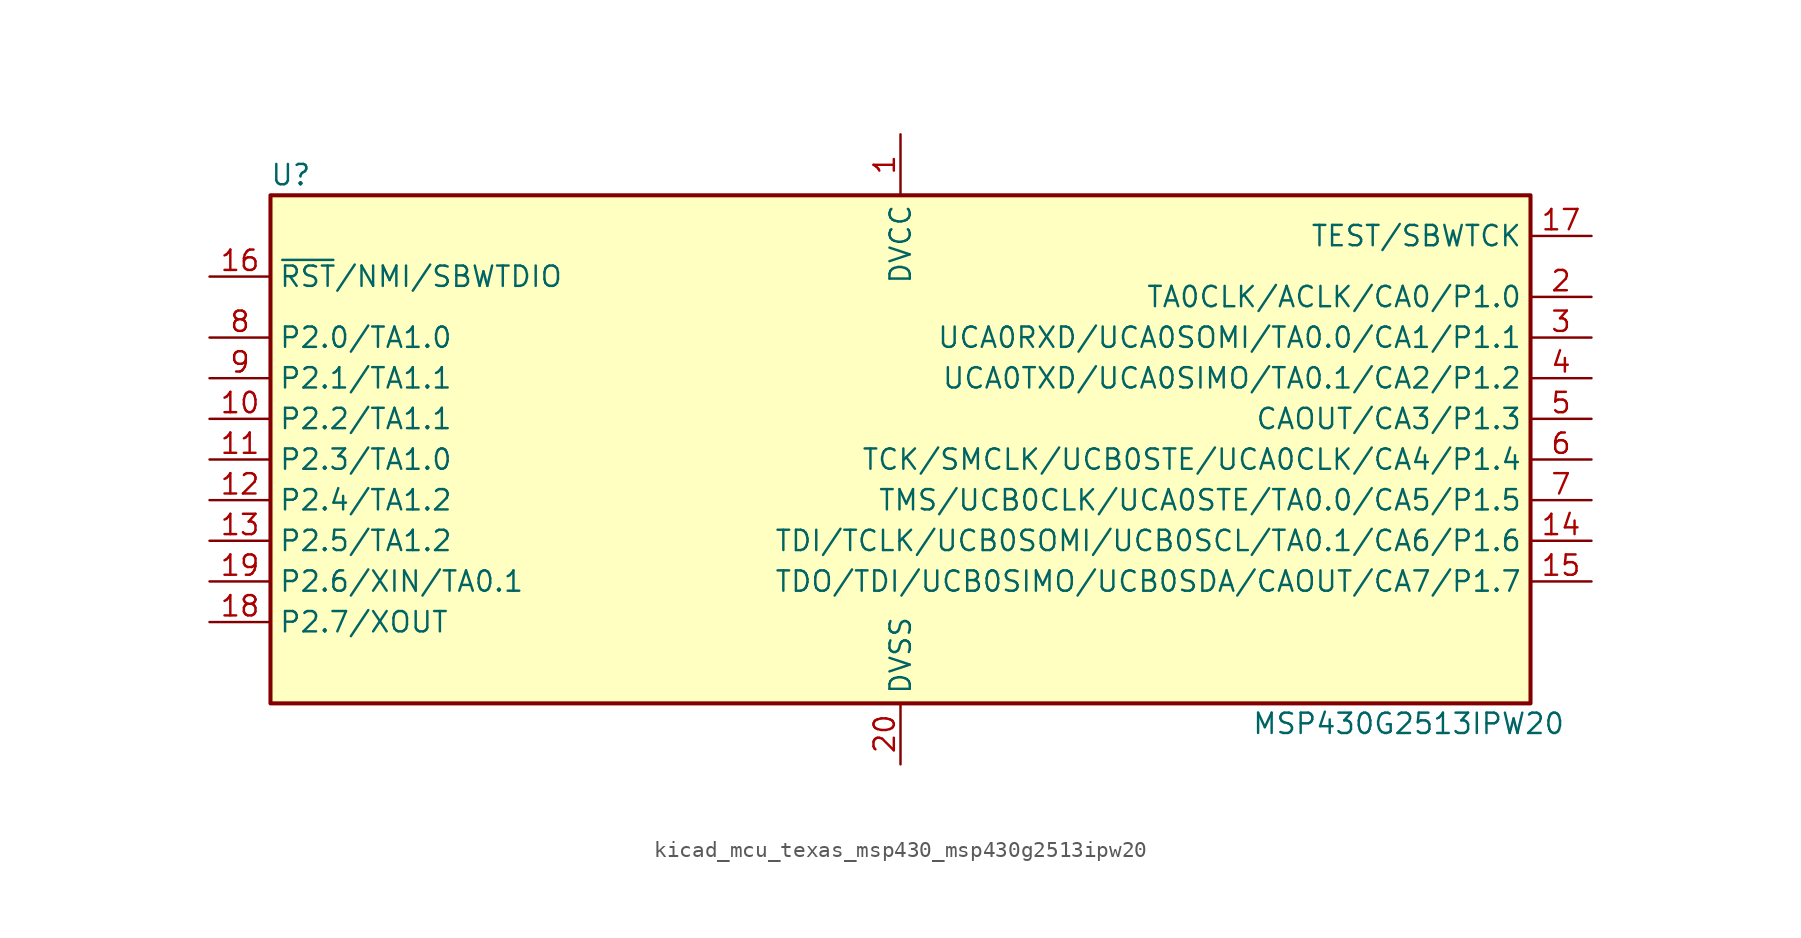
<source format=kicad_sym>
(kicad_symbol_lib
  (version 20220914)
  (generator kicad_symbol_editor)
  (symbol "kicad_mcu_texas_msp430_msp430g2513ipw20"
    (property "Reference" "U"
      (at -38.1 17.78 0)
      (effects (font (size 1.27 1.27))))
    (property "Value" "MSP430G2513IPW20"
      (at 31.75 -16.51 0)
      (effects (font (size 1.27 1.27))))
    (symbol "kicad_mcu_texas_msp430_msp430g2513ipw20_0_1"
      (rectangle (start -39.37 16.51) (end 39.37 -15.24) (stroke (width 0.254) (type default)) (fill (type background))))
    (symbol "kicad_mcu_texas_msp430_msp430g2513ipw20_1_1"
      (pin power_in line (at 0 20.32 270) (length 3.81) (name "DVCC" (effects (font (size 1.27 1.27)))) (number "1" (effects (font (size 1.27 1.27)))))
      (pin bidirectional line (at -43.18 2.54 0) (length 3.81) (name "P2.2/TA1.1" (effects (font (size 1.27 1.27)))) (number "10" (effects (font (size 1.27 1.27)))))
      (pin bidirectional line (at -43.18 0 0) (length 3.81) (name "P2.3/TA1.0" (effects (font (size 1.27 1.27)))) (number "11" (effects (font (size 1.27 1.27)))))
      (pin bidirectional line (at -43.18 -2.54 0) (length 3.81) (name "P2.4/TA1.2" (effects (font (size 1.27 1.27)))) (number "12" (effects (font (size 1.27 1.27)))))
      (pin bidirectional line (at -43.18 -5.08 0) (length 3.81) (name "P2.5/TA1.2" (effects (font (size 1.27 1.27)))) (number "13" (effects (font (size 1.27 1.27)))))
      (pin bidirectional line (at 43.18 -5.08 180) (length 3.81) (name "TDI/TCLK/UCB0SOMI/UCB0SCL/TA0.1/CA6/P1.6" (effects (font (size 1.27 1.27)))) (number "14" (effects (font (size 1.27 1.27)))))
      (pin bidirectional line (at 43.18 -7.62 180) (length 3.81) (name "TDO/TDI/UCB0SIMO/UCB0SDA/CAOUT/CA7/P1.7" (effects (font (size 1.27 1.27)))) (number "15" (effects (font (size 1.27 1.27)))))
      (pin input line (at -43.18 11.43 0) (length 3.81) (name "~{RST}/NMI/SBWTDIO" (effects (font (size 1.27 1.27)))) (number "16" (effects (font (size 1.27 1.27)))))
      (pin input line (at 43.18 13.97 180) (length 3.81) (name "TEST/SBWTCK" (effects (font (size 1.27 1.27)))) (number "17" (effects (font (size 1.27 1.27)))))
      (pin bidirectional line (at -43.18 -10.16 0) (length 3.81) (name "P2.7/XOUT" (effects (font (size 1.27 1.27)))) (number "18" (effects (font (size 1.27 1.27)))))
      (pin bidirectional line (at -43.18 -7.62 0) (length 3.81) (name "P2.6/XIN/TA0.1" (effects (font (size 1.27 1.27)))) (number "19" (effects (font (size 1.27 1.27)))))
      (pin bidirectional line (at 43.18 10.16 180) (length 3.81) (name "TA0CLK/ACLK/CA0/P1.0" (effects (font (size 1.27 1.27)))) (number "2" (effects (font (size 1.27 1.27)))))
      (pin power_in line (at 0 -19.05 90) (length 3.81) (name "DVSS" (effects (font (size 1.27 1.27)))) (number "20" (effects (font (size 1.27 1.27)))))
      (pin bidirectional line (at 43.18 7.62 180) (length 3.81) (name "UCA0RXD/UCA0SOMI/TA0.0/CA1/P1.1" (effects (font (size 1.27 1.27)))) (number "3" (effects (font (size 1.27 1.27)))))
      (pin bidirectional line (at 43.18 5.08 180) (length 3.81) (name "UCA0TXD/UCA0SIMO/TA0.1/CA2/P1.2" (effects (font (size 1.27 1.27)))) (number "4" (effects (font (size 1.27 1.27)))))
      (pin bidirectional line (at 43.18 2.54 180) (length 3.81) (name "CAOUT/CA3/P1.3" (effects (font (size 1.27 1.27)))) (number "5" (effects (font (size 1.27 1.27)))))
      (pin bidirectional line (at 43.18 0 180) (length 3.81) (name "TCK/SMCLK/UCB0STE/UCA0CLK/CA4/P1.4" (effects (font (size 1.27 1.27)))) (number "6" (effects (font (size 1.27 1.27)))))
      (pin bidirectional line (at 43.18 -2.54 180) (length 3.81) (name "TMS/UCB0CLK/UCA0STE/TA0.0/CA5/P1.5" (effects (font (size 1.27 1.27)))) (number "7" (effects (font (size 1.27 1.27)))))
      (pin bidirectional line (at -43.18 7.62 0) (length 3.81) (name "P2.0/TA1.0" (effects (font (size 1.27 1.27)))) (number "8" (effects (font (size 1.27 1.27)))))
      (pin bidirectional line (at -43.18 5.08 0) (length 3.81) (name "P2.1/TA1.1" (effects (font (size 1.27 1.27)))) (number "9" (effects (font (size 1.27 1.27))))))))
</source>
